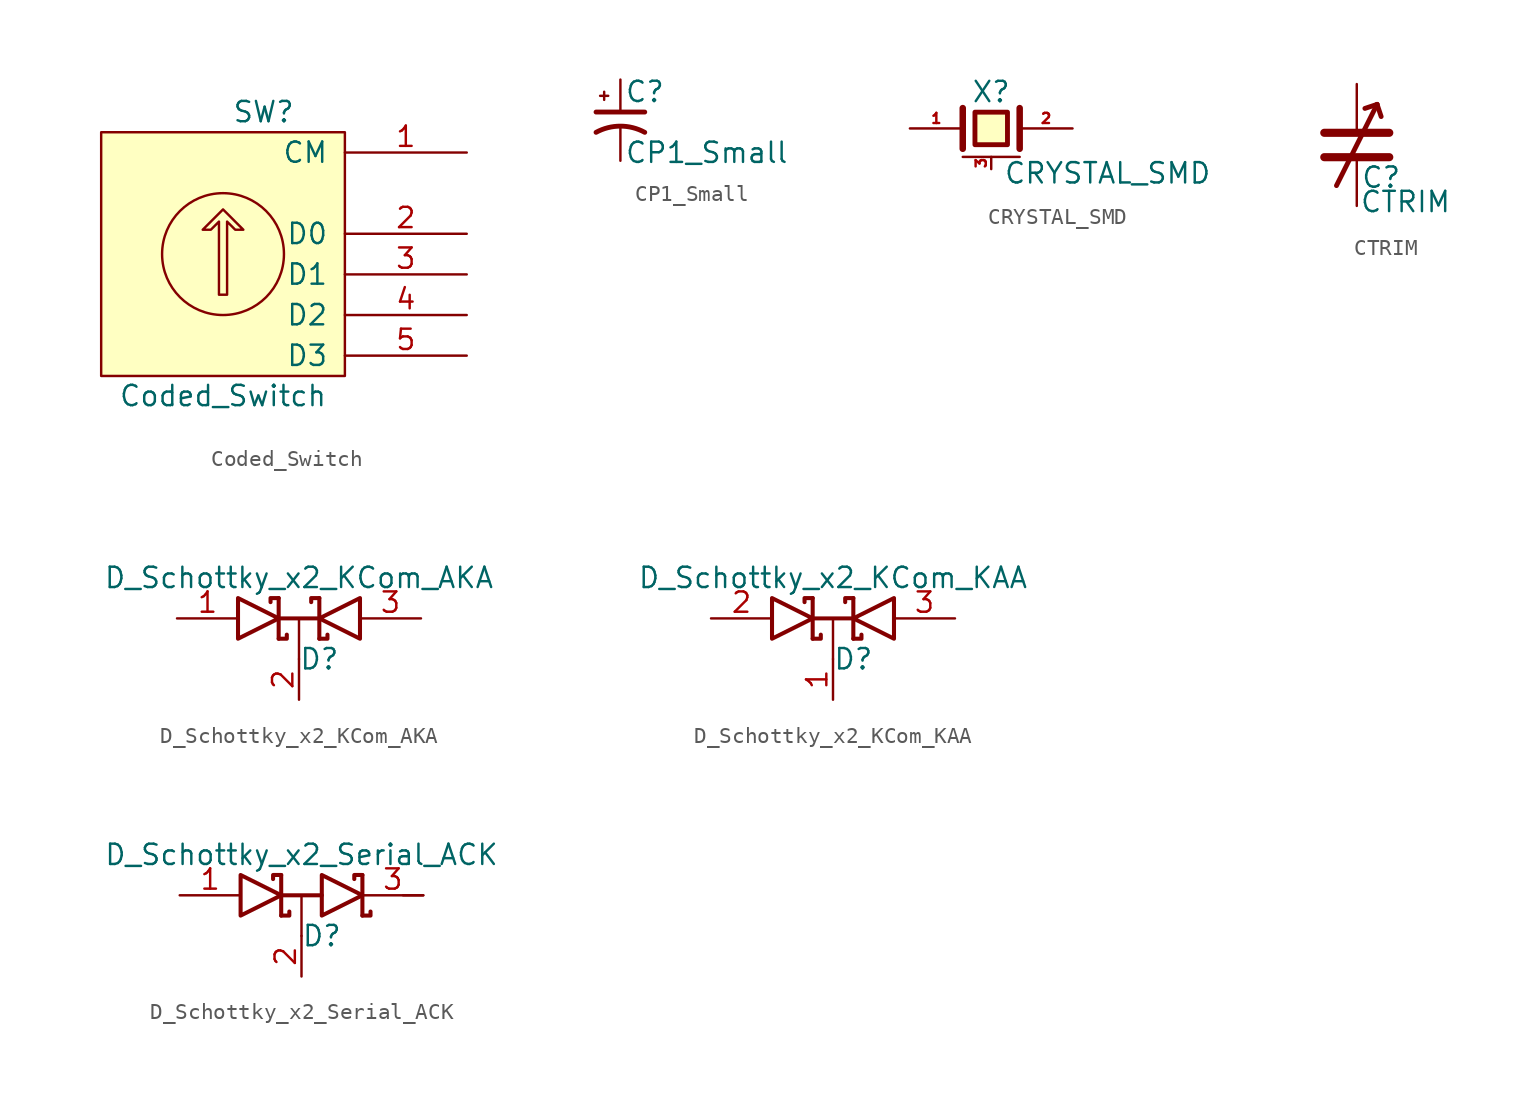
<source format=kicad_sym>
(kicad_symbol_lib
  (version 20211014)
  (generator kicad_symbol_editor)
  (symbol "Coded_Switch"
    (pin_names
      (offset 1.016))
    (property "Reference" "SW"
      (at 2.54 8.89 0)
      (effects (font (size 1.27 1.27))))
    (property "Value" "Coded_Switch"
      (at 0 -8.865 0)
      (effects (font (size 1.27 1.27))))
    (property "Footprint" ""
      (at 0 0 0)
      (effects (font (size 1.27 1.27))))
    (property "Datasheet" ""
      (at 0 0 0)
      (effects (font (size 1.27 1.27))))
    (symbol "Coded_Switch_0_1"
      (polyline (pts (xy -0.254 -2.54) (xy -0.254 2.032) (xy -0.762 1.524) (xy -1.27 1.524) (xy 0 2.794) (xy 1.27 1.524) (xy 0.762 1.524) (xy 0.254 2.032) (xy 0.254 -2.54) (xy -0.254 -2.54) (xy -0.254 -2.54)) (stroke (width 0) (type default) (color 0 0 0 0)) (fill (type none)))
      (circle (center 0 0) (radius 3.81) (stroke (width 0) (type default) (color 0 0 0 0)) (fill (type none)))
      (rectangle (start 7.62 7.62) (end -7.62 -7.62) (stroke (width 0) (type default) (color 0 0 0 0)) (fill (type background))))
    (symbol "Coded_Switch_1_1"
      (pin passive line (at 15.24 6.35 180) (length 7.62) (name "CM" (effects (font (size 1.27 1.27)))) (number "1" (effects (font (size 1.27 1.27)))))
      (pin passive line (at 15.24 1.27 180) (length 7.62) (name "D0" (effects (font (size 1.27 1.27)))) (number "2" (effects (font (size 1.27 1.27)))))
      (pin passive line (at 15.24 -1.27 180) (length 7.62) (name "D1" (effects (font (size 1.27 1.27)))) (number "3" (effects (font (size 1.27 1.27)))))
      (pin passive line (at 15.24 -3.81 180) (length 7.62) (name "D2" (effects (font (size 1.27 1.27)))) (number "4" (effects (font (size 1.27 1.27)))))
      (pin passive line (at 15.24 -6.35 180) (length 7.62) (name "D3" (effects (font (size 1.27 1.27)))) (number "5" (effects (font (size 1.27 1.27)))))))
  (symbol "CP1_Small"
    (pin_numbers hide)
    (pin_names
      (offset 0.254) hide)
    (property "Reference" "C"
      (at 0.254 1.778 0)
      (effects (font (size 1.27 1.27)) (justify left)))
    (property "Value" "CP1_Small"
      (at 0.254 -2.032 0)
      (effects (font (size 1.27 1.27)) (justify left)))
    (property "Footprint" ""
      (at 0 0 0)
      (effects (font (size 1.27 1.27))))
    (property "Datasheet" ""
      (at 0 0 0)
      (effects (font (size 1.27 1.27))))
    (symbol "CP1_Small_0_1"
      (polyline (pts (xy -1.524 0.508) (xy 1.524 0.508)) (stroke (width 0.305) (type default) (color 0 0 0 0)) (fill (type none)))
      (polyline (pts (xy -1.27 1.524) (xy -0.762 1.524)) (stroke (width 0) (type default) (color 0 0 0 0)) (fill (type none)))
      (polyline (pts (xy -1.016 1.27) (xy -1.016 1.778)) (stroke (width 0) (type default) (color 0 0 0 0)) (fill (type none)))
      (arc (start 1.524 -0.762) (mid 0 -0.3734) (end -1.524 -0.762) (stroke (width 0.3048) (type default) (color 0 0 0 0)) (fill (type none))))
    (symbol "CP1_Small_1_1"
      (pin passive line (at 0 2.54 270) (length 2.032) (name "~" (effects (font (size 1.016 1.016)))) (number "1" (effects (font (size 1.016 1.016)))))
      (pin passive line (at 0 -2.54 90) (length 2.032) (name "~" (effects (font (size 1.016 1.016)))) (number "2" (effects (font (size 1.016 1.016)))))))
  (symbol "CRYSTAL_SMD"
    (pin_names
      (offset 1.016) hide)
    (property "Reference" "X"
      (at 0 2.286 0)
      (effects (font (size 1.27 1.27))))
    (property "Value" "CRYSTAL_SMD"
      (at 0.762 -2.794 0)
      (effects (font (size 1.27 1.27)) (justify left)))
    (property "Footprint" ""
      (at 0 0 0)
      (effects (font (size 1.27 1.27))))
    (property "Datasheet" ""
      (at 0 0 0)
      (effects (font (size 1.27 1.27))))
    (symbol "CRYSTAL_SMD_0_1"
      (polyline (pts (xy -1.778 -1.778) (xy 1.778 -1.778)) (stroke (width 0) (type default) (color 0 0 0 0)) (fill (type none)))
      (polyline (pts (xy -1.778 1.27) (xy -1.778 -1.27)) (stroke (width 0.406) (type default) (color 0 0 0 0)) (fill (type none)))
      (polyline (pts (xy 1.778 1.27) (xy 1.778 -1.27)) (stroke (width 0.406) (type default) (color 0 0 0 0)) (fill (type none)))
      (polyline (pts (xy -1.016 1.016) (xy 1.016 1.016) (xy 1.016 -1.016) (xy -1.016 -1.016) (xy -1.016 1.016)) (stroke (width 0.305) (type default) (color 0 0 0 0)) (fill (type background))))
    (symbol "CRYSTAL_SMD_1_1"
      (pin passive line (at -5.08 0 0) (length 3.302) (name "1" (effects (font (size 0.508 0.508)))) (number "1" (effects (font (size 0.635 0.635)))))
      (pin passive line (at 5.08 0 180) (length 3.302) (name "2" (effects (font (size 0.508 0.508)))) (number "2" (effects (font (size 0.635 0.635)))))
      (pin passive line (at 0 -2.54 90) (length 0.762) (name "case" (effects (font (size 0.508 0.508)))) (number "3" (effects (font (size 0.635 0.635)))))))
  (symbol "CTRIM"
    (pin_numbers hide)
    (pin_names
      (offset 0.254) hide)
    (property "Reference" "C"
      (at 1.524 -2.032 0)
      (effects (font (size 1.27 1.27))))
    (property "Value" "CTRIM"
      (at 3.048 -3.556 0)
      (effects (font (size 1.27 1.27))))
    (property "Footprint" ""
      (at 0 0 0)
      (effects (font (size 1.27 1.27))))
    (property "Datasheet" ""
      (at 0 0 0)
      (effects (font (size 1.27 1.27))))
    (symbol "CTRIM_0_1"
      (polyline (pts (xy -2.032 -0.762) (xy 2.032 -0.762)) (stroke (width 0.508) (type default) (color 0 0 0 0)) (fill (type none)))
      (polyline (pts (xy -2.032 0.762) (xy 2.032 0.762)) (stroke (width 0.508) (type default) (color 0 0 0 0)) (fill (type none)))
      (polyline (pts (xy 1.27 2.54) (xy -1.27 -2.54)) (stroke (width 0.305) (type default) (color 0 0 0 0)) (fill (type none)))
      (polyline (pts (xy 1.27 2.54) (xy 0.508 2.286)) (stroke (width 0.305) (type default) (color 0 0 0 0)) (fill (type none)))
      (polyline (pts (xy 1.27 2.54) (xy 1.524 1.778)) (stroke (width 0.305) (type default) (color 0 0 0 0)) (fill (type none))))
    (symbol "CTRIM_1_1"
      (pin passive line (at 0 3.81 270) (length 3.048) (name "~" (effects (font (size 1.016 1.016)))) (number "1" (effects (font (size 1.016 1.016)))))
      (pin passive line (at 0 -3.81 90) (length 3.048) (name "~" (effects (font (size 1.016 1.016)))) (number "2" (effects (font (size 1.016 1.016)))))))
  (symbol "D_Schottky_x2_KCom_AKA"
    (pin_names
      (offset 0.762) hide)
    (property "Reference" "D"
      (at 1.27 -2.54 0)
      (effects (font (size 1.27 1.27))))
    (property "Value" "D_Schottky_x2_KCom_AKA"
      (at 0 2.54 0)
      (effects (font (size 1.27 1.27))))
    (property "Footprint" ""
      (at 0 0 0)
      (effects (font (size 1.27 1.27))))
    (property "Datasheet" ""
      (at 0 0 0)
      (effects (font (size 1.27 1.27))))
    (symbol "D_Schottky_x2_KCom_AKA_0_1"
      (polyline (pts (xy 0 0) (xy 0 -2.54)) (stroke (width 0) (type default) (color 0 0 0 0)) (fill (type none)))
      (polyline (pts (xy -1.27 -1.27) (xy -1.27 1.27) (xy -1.27 1.27)) (stroke (width 0.254) (type default) (color 0 0 0 0)) (fill (type none)))
      (polyline (pts (xy -1.27 0) (xy 1.27 0) (xy 1.27 0)) (stroke (width 0.254) (type default) (color 0 0 0 0)) (fill (type none)))
      (polyline (pts (xy 1.27 -1.27) (xy 1.27 1.27) (xy 1.27 1.27)) (stroke (width 0.254) (type default) (color 0 0 0 0)) (fill (type none)))
      (polyline (pts (xy -1.27 -1.27) (xy -0.762 -1.27) (xy -0.762 -1.016) (xy -0.762 -1.016)) (stroke (width 0.254) (type default) (color 0 0 0 0)) (fill (type none)))
      (polyline (pts (xy 1.27 -1.27) (xy 1.778 -1.27) (xy 1.778 -1.016) (xy 1.778 -1.016)) (stroke (width 0.254) (type default) (color 0 0 0 0)) (fill (type none)))
      (polyline (pts (xy 1.27 1.27) (xy 0.762 1.27) (xy 0.762 1.016) (xy 0.762 1.016)) (stroke (width 0.254) (type default) (color 0 0 0 0)) (fill (type none)))
      (polyline (pts (xy -1.778 1.016) (xy -1.778 1.27) (xy -1.27 1.27) (xy -1.27 1.27) (xy -1.27 1.27)) (stroke (width 0.254) (type default) (color 0 0 0 0)) (fill (type none)))
      (polyline (pts (xy -3.81 1.27) (xy -1.27 0) (xy -3.81 -1.27) (xy -3.81 1.27) (xy -3.81 1.27) (xy -3.81 1.27)) (stroke (width 0.254) (type default) (color 0 0 0 0)) (fill (type none)))
      (polyline (pts (xy 3.81 -1.27) (xy 1.27 0) (xy 3.81 1.27) (xy 3.81 -1.27) (xy 3.81 -1.27) (xy 3.81 -1.27)) (stroke (width 0.254) (type default) (color 0 0 0 0)) (fill (type none)))
      (pin passive line (at -7.62 0 0) (length 3.81) (name "A" (effects (font (size 1.27 1.27)))) (number "1" (effects (font (size 1.27 1.27)))))
      (pin passive line (at 0 -5.08 90) (length 2.54) (name "K" (effects (font (size 1.27 1.27)))) (number "2" (effects (font (size 1.27 1.27)))))
      (pin passive line (at 7.62 0 180) (length 3.81) (name "A" (effects (font (size 1.27 1.27)))) (number "3" (effects (font (size 1.27 1.27)))))))
  (symbol "D_Schottky_x2_KCom_KAA"
    (pin_names
      (offset 0.762) hide)
    (property "Reference" "D"
      (at 1.27 -2.54 0)
      (effects (font (size 1.27 1.27))))
    (property "Value" "D_Schottky_x2_KCom_KAA"
      (at 0 2.54 0)
      (effects (font (size 1.27 1.27))))
    (property "Footprint" ""
      (at 0 0 0)
      (effects (font (size 1.27 1.27))))
    (property "Datasheet" ""
      (at 0 0 0)
      (effects (font (size 1.27 1.27))))
    (symbol "D_Schottky_x2_KCom_KAA_0_1"
      (polyline (pts (xy 0 0) (xy 0 -2.54)) (stroke (width 0) (type default) (color 0 0 0 0)) (fill (type none)))
      (polyline (pts (xy -1.27 -1.27) (xy -1.27 1.27) (xy -1.27 1.27)) (stroke (width 0.254) (type default) (color 0 0 0 0)) (fill (type none)))
      (polyline (pts (xy -1.27 0) (xy 1.27 0) (xy 1.27 0)) (stroke (width 0.254) (type default) (color 0 0 0 0)) (fill (type none)))
      (polyline (pts (xy 1.27 -1.27) (xy 1.27 1.27) (xy 1.27 1.27)) (stroke (width 0.254) (type default) (color 0 0 0 0)) (fill (type none)))
      (polyline (pts (xy -1.27 -1.27) (xy -0.762 -1.27) (xy -0.762 -1.016) (xy -0.762 -1.016)) (stroke (width 0.254) (type default) (color 0 0 0 0)) (fill (type none)))
      (polyline (pts (xy 1.27 -1.27) (xy 1.778 -1.27) (xy 1.778 -1.016) (xy 1.778 -1.016)) (stroke (width 0.254) (type default) (color 0 0 0 0)) (fill (type none)))
      (polyline (pts (xy 1.27 1.27) (xy 0.762 1.27) (xy 0.762 1.016) (xy 0.762 1.016)) (stroke (width 0.254) (type default) (color 0 0 0 0)) (fill (type none)))
      (polyline (pts (xy -1.778 1.016) (xy -1.778 1.27) (xy -1.27 1.27) (xy -1.27 1.27) (xy -1.27 1.27)) (stroke (width 0.254) (type default) (color 0 0 0 0)) (fill (type none)))
      (polyline (pts (xy -3.81 1.27) (xy -1.27 0) (xy -3.81 -1.27) (xy -3.81 1.27) (xy -3.81 1.27) (xy -3.81 1.27)) (stroke (width 0.254) (type default) (color 0 0 0 0)) (fill (type none)))
      (polyline (pts (xy 3.81 -1.27) (xy 1.27 0) (xy 3.81 1.27) (xy 3.81 -1.27) (xy 3.81 -1.27) (xy 3.81 -1.27)) (stroke (width 0.254) (type default) (color 0 0 0 0)) (fill (type none)))
      (pin passive line (at 0 -5.08 90) (length 2.54) (name "K" (effects (font (size 1.27 1.27)))) (number "1" (effects (font (size 1.27 1.27)))))
      (pin passive line (at -7.62 0 0) (length 3.81) (name "A" (effects (font (size 1.27 1.27)))) (number "2" (effects (font (size 1.27 1.27)))))
      (pin passive line (at 7.62 0 180) (length 3.81) (name "A" (effects (font (size 1.27 1.27)))) (number "3" (effects (font (size 1.27 1.27)))))))
  (symbol "D_Schottky_x2_Serial_ACK"
    (pin_names
      (offset 0.762) hide)
    (property "Reference" "D"
      (at 1.27 -2.54 0)
      (effects (font (size 1.27 1.27))))
    (property "Value" "D_Schottky_x2_Serial_ACK"
      (at 0 2.54 0)
      (effects (font (size 1.27 1.27))))
    (property "Footprint" ""
      (at 0 0 0)
      (effects (font (size 1.27 1.27))))
    (property "Datasheet" ""
      (at 0 0 0)
      (effects (font (size 1.27 1.27))))
    (symbol "D_Schottky_x2_Serial_ACK_0_1"
      (polyline (pts (xy 0 0) (xy 0 -2.54)) (stroke (width 0) (type default) (color 0 0 0 0)) (fill (type none)))
      (polyline (pts (xy 6.35 0) (xy 7.62 0)) (stroke (width 0) (type default) (color 0 0 0 0)) (fill (type none)))
      (polyline (pts (xy -1.27 -1.27) (xy -1.27 1.27) (xy -1.27 1.27)) (stroke (width 0.254) (type default) (color 0 0 0 0)) (fill (type none)))
      (polyline (pts (xy -1.27 0) (xy 1.27 0) (xy 1.27 0)) (stroke (width 0.254) (type default) (color 0 0 0 0)) (fill (type none)))
      (polyline (pts (xy 3.81 1.27) (xy 3.81 -1.27) (xy 3.81 -1.27)) (stroke (width 0.254) (type default) (color 0 0 0 0)) (fill (type none)))
      (polyline (pts (xy -1.27 -1.27) (xy -0.762 -1.27) (xy -0.762 -1.016) (xy -0.762 -1.016)) (stroke (width 0.254) (type default) (color 0 0 0 0)) (fill (type none)))
      (polyline (pts (xy 3.81 -1.27) (xy 4.318 -1.27) (xy 4.318 -1.016) (xy 4.318 -1.016)) (stroke (width 0.254) (type default) (color 0 0 0 0)) (fill (type none)))
      (polyline (pts (xy 3.81 1.27) (xy 3.302 1.27) (xy 3.302 1.016) (xy 3.302 1.016)) (stroke (width 0.254) (type default) (color 0 0 0 0)) (fill (type none)))
      (polyline (pts (xy -1.778 1.016) (xy -1.778 1.27) (xy -1.27 1.27) (xy -1.27 1.27) (xy -1.27 1.27)) (stroke (width 0.254) (type default) (color 0 0 0 0)) (fill (type none)))
      (polyline (pts (xy -3.81 1.27) (xy -1.27 0) (xy -3.81 -1.27) (xy -3.81 1.27) (xy -3.81 1.27) (xy -3.81 1.27)) (stroke (width 0.254) (type default) (color 0 0 0 0)) (fill (type none)))
      (polyline (pts (xy 1.27 1.27) (xy 3.81 0) (xy 1.27 -1.27) (xy 1.27 1.27) (xy 1.27 1.27) (xy 1.27 1.27)) (stroke (width 0.254) (type default) (color 0 0 0 0)) (fill (type none)))
      (pin passive line (at -7.62 0 0) (length 3.81) (name "A" (effects (font (size 1.27 1.27)))) (number "1" (effects (font (size 1.27 1.27)))))
      (pin passive line (at 0 -5.08 90) (length 2.54) (name "common" (effects (font (size 1.27 1.27)))) (number "2" (effects (font (size 1.27 1.27)))))
      (pin passive line (at 7.62 0 180) (length 3.81) (name "K" (effects (font (size 1.27 1.27)))) (number "3" (effects (font (size 1.27 1.27))))))))
</source>
